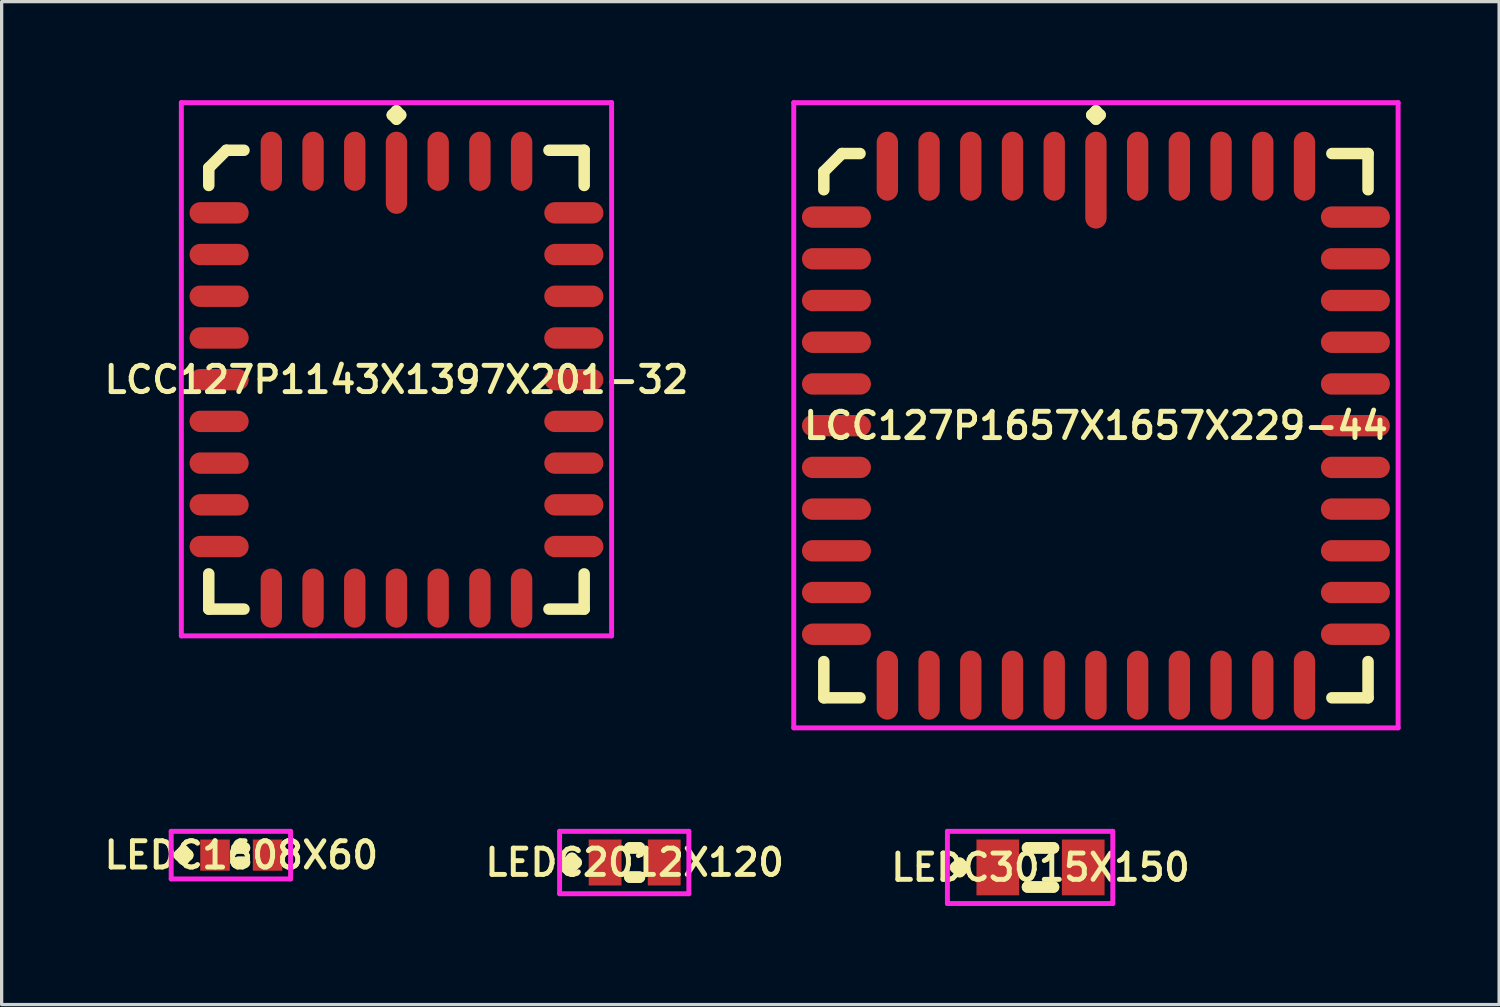
<source format=kicad_pcb>
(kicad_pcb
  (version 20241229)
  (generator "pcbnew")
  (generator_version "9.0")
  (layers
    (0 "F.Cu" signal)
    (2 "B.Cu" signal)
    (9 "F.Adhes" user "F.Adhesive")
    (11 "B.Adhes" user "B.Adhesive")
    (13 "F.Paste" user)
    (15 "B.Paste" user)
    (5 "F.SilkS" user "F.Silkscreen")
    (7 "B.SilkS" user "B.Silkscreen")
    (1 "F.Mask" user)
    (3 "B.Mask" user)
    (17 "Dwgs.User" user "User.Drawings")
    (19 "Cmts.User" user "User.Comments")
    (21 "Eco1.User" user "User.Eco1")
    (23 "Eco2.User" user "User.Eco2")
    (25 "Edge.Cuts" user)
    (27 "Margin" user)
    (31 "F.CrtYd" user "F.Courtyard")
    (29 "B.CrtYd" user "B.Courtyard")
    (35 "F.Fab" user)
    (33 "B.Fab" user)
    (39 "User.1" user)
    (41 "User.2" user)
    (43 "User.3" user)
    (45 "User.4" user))
  (footprint "LCC127P1143X1397X201-32"
    (layer "F.Cu")
    (at 9.021 8.51)
    (property "Reference" "LCC127P1143X1397X201-32" (at 0 0 0) (layer "F.SilkS") (effects (font (size 0.8 0.8) (thickness 0.15))))
    (attr smd)
    (fp_line (start -5.715 -6.449) (end -5.179 -6.985) (stroke (width 0.35) (type solid)) (layer "F.SilkS"))
    (fp_line (start -5.715 -5.913) (end -5.715 -6.449) (stroke (width 0.35) (type solid)) (layer "F.SilkS"))
    (fp_line (start -5.715 5.913) (end -5.715 6.985) (stroke (width 0.35) (type solid)) (layer "F.SilkS"))
    (fp_line (start -5.715 6.985) (end -4.643 6.985) (stroke (width 0.35) (type solid)) (layer "F.SilkS"))
    (fp_line (start -5.179 -6.985) (end -4.643 -6.985) (stroke (width 0.35) (type solid)) (layer "F.SilkS"))
    (fp_line (start -0.127 -8.058) (end 0 -8.185) (stroke (width 0.35) (type solid)) (layer "F.SilkS"))
    (fp_line (start 0 -8.185) (end 0.127 -8.058) (stroke (width 0.35) (type solid)) (layer "F.SilkS"))
    (fp_line (start 0 -7.931) (end -0.127 -8.058) (stroke (width 0.35) (type solid)) (layer "F.SilkS"))
    (fp_line (start 0.127 -8.058) (end 0 -7.931) (stroke (width 0.35) (type solid)) (layer "F.SilkS"))
    (fp_line (start 5.715 -6.985) (end 4.643 -6.985) (stroke (width 0.35) (type solid)) (layer "F.SilkS"))
    (fp_line (start 5.715 -5.913) (end 5.715 -6.985) (stroke (width 0.35) (type solid)) (layer "F.SilkS"))
    (fp_line (start 5.715 5.913) (end 5.715 6.985) (stroke (width 0.35) (type solid)) (layer "F.SilkS"))
    (fp_line (start 5.715 6.985) (end 4.643 6.985) (stroke (width 0.35) (type solid)) (layer "F.SilkS"))
    (fp_line (start -6.55 -8.435) (end 6.55 -8.435) (stroke (width 0.15) (type solid)) (layer "F.CrtYd"))
    (fp_line (start -6.55 7.8) (end -6.55 -8.435) (stroke (width 0.15) (type solid)) (layer "F.CrtYd"))
    (fp_line (start 6.55 -8.435) (end 6.55 7.8) (stroke (width 0.15) (type solid)) (layer "F.CrtYd"))
    (fp_line (start 6.55 7.8) (end -6.55 7.8) (stroke (width 0.15) (type solid)) (layer "F.CrtYd"))
    (pad "1" smd oval (at 0 -6.3) (size 0.65 2.5) (layers "F.Cu" "F.Mask" "F.Paste"))
    (pad "2" smd oval (at -1.27 -6.65) (size 0.65 1.8) (layers "F.Cu" "F.Mask" "F.Paste"))
    (pad "3" smd oval (at -2.54 -6.65) (size 0.65 1.8) (layers "F.Cu" "F.Mask" "F.Paste"))
    (pad "4" smd oval (at -3.81 -6.65) (size 0.65 1.8) (layers "F.Cu" "F.Mask" "F.Paste"))
    (pad "5" smd oval (at -5.4 -5.08) (size 1.8 0.65) (layers "F.Cu" "F.Mask" "F.Paste"))
    (pad "6" smd oval (at -5.4 -3.81) (size 1.8 0.65) (layers "F.Cu" "F.Mask" "F.Paste"))
    (pad "7" smd oval (at -5.4 -2.54) (size 1.8 0.65) (layers "F.Cu" "F.Mask" "F.Paste"))
    (pad "8" smd oval (at -5.4 -1.27) (size 1.8 0.65) (layers "F.Cu" "F.Mask" "F.Paste"))
    (pad "9" smd oval (at -5.4 0) (size 1.8 0.65) (layers "F.Cu" "F.Mask" "F.Paste"))
    (pad "10" smd oval (at -5.4 1.27) (size 1.8 0.65) (layers "F.Cu" "F.Mask" "F.Paste"))
    (pad "11" smd oval (at -5.4 2.54) (size 1.8 0.65) (layers "F.Cu" "F.Mask" "F.Paste"))
    (pad "12" smd oval (at -5.4 3.81) (size 1.8 0.65) (layers "F.Cu" "F.Mask" "F.Paste"))
    (pad "13" smd oval (at -5.4 5.08) (size 1.8 0.65) (layers "F.Cu" "F.Mask" "F.Paste"))
    (pad "14" smd oval (at -3.81 6.65) (size 0.65 1.8) (layers "F.Cu" "F.Mask" "F.Paste"))
    (pad "15" smd oval (at -2.54 6.65) (size 0.65 1.8) (layers "F.Cu" "F.Mask" "F.Paste"))
    (pad "16" smd oval (at -1.27 6.65) (size 0.65 1.8) (layers "F.Cu" "F.Mask" "F.Paste"))
    (pad "17" smd oval (at 0 6.65) (size 0.65 1.8) (layers "F.Cu" "F.Mask" "F.Paste"))
    (pad "18" smd oval (at 1.27 6.65) (size 0.65 1.8) (layers "F.Cu" "F.Mask" "F.Paste"))
    (pad "19" smd oval (at 2.54 6.65) (size 0.65 1.8) (layers "F.Cu" "F.Mask" "F.Paste"))
    (pad "20" smd oval (at 3.81 6.65) (size 0.65 1.8) (layers "F.Cu" "F.Mask" "F.Paste"))
    (pad "21" smd oval (at 5.4 5.08) (size 1.8 0.65) (layers "F.Cu" "F.Mask" "F.Paste"))
    (pad "22" smd oval (at 5.4 3.81) (size 1.8 0.65) (layers "F.Cu" "F.Mask" "F.Paste"))
    (pad "23" smd oval (at 5.4 2.54) (size 1.8 0.65) (layers "F.Cu" "F.Mask" "F.Paste"))
    (pad "24" smd oval (at 5.4 1.27) (size 1.8 0.65) (layers "F.Cu" "F.Mask" "F.Paste"))
    (pad "25" smd oval (at 5.4 0) (size 1.8 0.65) (layers "F.Cu" "F.Mask" "F.Paste"))
    (pad "26" smd oval (at 5.4 -1.27) (size 1.8 0.65) (layers "F.Cu" "F.Mask" "F.Paste"))
    (pad "27" smd oval (at 5.4 -2.54) (size 1.8 0.65) (layers "F.Cu" "F.Mask" "F.Paste"))
    (pad "28" smd oval (at 5.4 -3.81) (size 1.8 0.65) (layers "F.Cu" "F.Mask" "F.Paste"))
    (pad "29" smd oval (at 5.4 -5.08) (size 1.8 0.65) (layers "F.Cu" "F.Mask" "F.Paste"))
    (pad "30" smd oval (at 3.81 -6.65) (size 0.65 1.8) (layers "F.Cu" "F.Mask" "F.Paste"))
    (pad "31" smd oval (at 2.54 -6.65) (size 0.65 1.8) (layers "F.Cu" "F.Mask" "F.Paste"))
    (pad "32" smd oval (at 1.27 -6.65) (size 0.65 1.8) (layers "F.Cu" "F.Mask" "F.Paste")))
  (footprint "LEDC1608X60"
    (layer "F.Cu")
    (at 4.297 22.985)
    (property "Reference" "LEDC1608X60" (at 0 0 0) (layer "F.SilkS") (effects (font (size 0.8 0.8) (thickness 0.15))))
    (attr through_hole)
    (fp_line (start -1.885 0) (end -1.758 -0.127) (stroke (width 0.35) (type solid)) (layer "F.SilkS"))
    (fp_line (start -1.758 -0.127) (end -1.631 0) (stroke (width 0.35) (type solid)) (layer "F.SilkS"))
    (fp_line (start -1.758 0.127) (end -1.885 0) (stroke (width 0.35) (type solid)) (layer "F.SilkS"))
    (fp_line (start -1.631 0) (end -1.758 0.127) (stroke (width 0.35) (type solid)) (layer "F.SilkS"))
    (fp_line (start -0.096 -0.221) (end 0.096 -0.221) (stroke (width 0.35) (type solid)) (layer "F.SilkS"))
    (fp_line (start -0.096 0.221) (end 0.096 0.221) (stroke (width 0.35) (type solid)) (layer "F.SilkS"))
    (fp_line (start 0.096 -0.221) (end -0.096 -0.221) (stroke (width 0.35) (type solid)) (layer "F.SilkS"))
    (fp_line (start 0.096 0.221) (end -0.096 0.221) (stroke (width 0.35) (type solid)) (layer "F.SilkS"))
    (fp_line (start -2.135 -0.725) (end 1.5 -0.725) (stroke (width 0.15) (type solid)) (layer "F.CrtYd"))
    (fp_line (start -2.135 0.725) (end -2.135 -0.725) (stroke (width 0.15) (type solid)) (layer "F.CrtYd"))
    (fp_line (start 1.5 -0.725) (end 1.5 0.725) (stroke (width 0.15) (type solid)) (layer "F.CrtYd"))
    (fp_line (start 1.5 0.725) (end -2.135 0.725) (stroke (width 0.15) (type solid)) (layer "F.CrtYd"))
    (pad "1" smd rect (at -0.8 0) (size 0.9 0.95) (layers "F.Cu" "F.Mask" "F.Paste"))
    (pad "2" smd rect (at 0.8 0) (size 0.9 0.95) (layers "F.Cu" "F.Mask" "F.Paste")))
  (footprint "LEDC3015X150"
    (layer "F.Cu")
    (at 28.63 23.36)
    (property "Reference" "LEDC3015X150" (at 0 0 0) (layer "F.SilkS") (effects (font (size 0.8 0.8) (thickness 0.15))))
    (attr smd)
    (fp_line (start -2.585 0) (end -2.458 -0.127) (stroke (width 0.35) (type solid)) (layer "F.SilkS"))
    (fp_line (start -2.458 -0.127) (end -2.331 0) (stroke (width 0.35) (type solid)) (layer "F.SilkS"))
    (fp_line (start -2.458 0.127) (end -2.585 0) (stroke (width 0.35) (type solid)) (layer "F.SilkS"))
    (fp_line (start -2.331 0) (end -2.458 0.127) (stroke (width 0.35) (type solid)) (layer "F.SilkS"))
    (fp_line (start -0.396 -0.596) (end 0.396 -0.596) (stroke (width 0.35) (type solid)) (layer "F.SilkS"))
    (fp_line (start -0.396 0.596) (end 0.396 0.596) (stroke (width 0.35) (type solid)) (layer "F.SilkS"))
    (fp_line (start 0.396 -0.596) (end -0.396 -0.596) (stroke (width 0.35) (type solid)) (layer "F.SilkS"))
    (fp_line (start 0.396 0.596) (end -0.396 0.596) (stroke (width 0.35) (type solid)) (layer "F.SilkS"))
    (fp_line (start -2.835 -1.1) (end 2.2 -1.1) (stroke (width 0.15) (type solid)) (layer "F.CrtYd"))
    (fp_line (start -2.835 1.1) (end -2.835 -1.1) (stroke (width 0.15) (type solid)) (layer "F.CrtYd"))
    (fp_line (start 2.2 -1.1) (end 2.2 1.1) (stroke (width 0.15) (type solid)) (layer "F.CrtYd"))
    (fp_line (start 2.2 1.1) (end -2.835 1.1) (stroke (width 0.15) (type solid)) (layer "F.CrtYd"))
    (pad "1" smd rect (at -1.3 0) (size 1.3 1.7) (layers "F.Cu" "F.Mask" "F.Paste"))
    (pad "2" smd rect (at 1.3 0) (size 1.3 1.7) (layers "F.Cu" "F.Mask" "F.Paste")))
  (footprint "LCC127P1657X1657X229-44"
    (layer "F.Cu")
    (at 30.317 9.91)
    (property "Reference" "LCC127P1657X1657X229-44" (at 0 0 0) (layer "F.SilkS") (effects (font (size 0.8 0.8) (thickness 0.15))))
    (attr through_hole)
    (fp_line (start -8.285 -7.734) (end -7.734 -8.285) (stroke (width 0.35) (type solid)) (layer "F.SilkS"))
    (fp_line (start -8.285 -7.183) (end -8.285 -7.734) (stroke (width 0.35) (type solid)) (layer "F.SilkS"))
    (fp_line (start -8.285 7.183) (end -8.285 8.285) (stroke (width 0.35) (type solid)) (layer "F.SilkS"))
    (fp_line (start -8.285 8.285) (end -7.183 8.285) (stroke (width 0.35) (type solid)) (layer "F.SilkS"))
    (fp_line (start -7.734 -8.285) (end -7.183 -8.285) (stroke (width 0.35) (type solid)) (layer "F.SilkS"))
    (fp_line (start -0.127 -9.458) (end 0 -9.585) (stroke (width 0.35) (type solid)) (layer "F.SilkS"))
    (fp_line (start 0 -9.585) (end 0.127 -9.458) (stroke (width 0.35) (type solid)) (layer "F.SilkS"))
    (fp_line (start 0 -9.331) (end -0.127 -9.458) (stroke (width 0.35) (type solid)) (layer "F.SilkS"))
    (fp_line (start 0.127 -9.458) (end 0 -9.331) (stroke (width 0.35) (type solid)) (layer "F.SilkS"))
    (fp_line (start 8.285 -8.285) (end 7.183 -8.285) (stroke (width 0.35) (type solid)) (layer "F.SilkS"))
    (fp_line (start 8.285 -7.183) (end 8.285 -8.285) (stroke (width 0.35) (type solid)) (layer "F.SilkS"))
    (fp_line (start 8.285 7.183) (end 8.285 8.285) (stroke (width 0.35) (type solid)) (layer "F.SilkS"))
    (fp_line (start 8.285 8.285) (end 7.183 8.285) (stroke (width 0.35) (type solid)) (layer "F.SilkS"))
    (fp_line (start -9.2 -9.835) (end 9.2 -9.835) (stroke (width 0.15) (type solid)) (layer "F.CrtYd"))
    (fp_line (start -9.2 9.2) (end -9.2 -9.835) (stroke (width 0.15) (type solid)) (layer "F.CrtYd"))
    (fp_line (start 9.2 -9.835) (end 9.2 9.2) (stroke (width 0.15) (type solid)) (layer "F.CrtYd"))
    (fp_line (start 9.2 9.2) (end -9.2 9.2) (stroke (width 0.15) (type solid)) (layer "F.CrtYd"))
    (pad "1" smd oval (at 0 -7.475) (size 0.65 2.95) (layers "F.Cu" "F.Mask" "F.Paste"))
    (pad "2" smd oval (at -1.27 -7.9) (size 0.65 2.1) (layers "F.Cu" "F.Mask" "F.Paste"))
    (pad "3" smd oval (at -2.54 -7.9) (size 0.65 2.1) (layers "F.Cu" "F.Mask" "F.Paste"))
    (pad "4" smd oval (at -3.81 -7.9) (size 0.65 2.1) (layers "F.Cu" "F.Mask" "F.Paste"))
    (pad "5" smd oval (at -5.08 -7.9) (size 0.65 2.1) (layers "F.Cu" "F.Mask" "F.Paste"))
    (pad "6" smd oval (at -6.35 -7.9) (size 0.65 2.1) (layers "F.Cu" "F.Mask" "F.Paste"))
    (pad "7" smd oval (at -7.9 -6.35) (size 2.1 0.65) (layers "F.Cu" "F.Mask" "F.Paste"))
    (pad "8" smd oval (at -7.9 -5.08) (size 2.1 0.65) (layers "F.Cu" "F.Mask" "F.Paste"))
    (pad "9" smd oval (at -7.9 -3.81) (size 2.1 0.65) (layers "F.Cu" "F.Mask" "F.Paste"))
    (pad "10" smd oval (at -7.9 -2.54) (size 2.1 0.65) (layers "F.Cu" "F.Mask" "F.Paste"))
    (pad "11" smd oval (at -7.9 -1.27) (size 2.1 0.65) (layers "F.Cu" "F.Mask" "F.Paste"))
    (pad "12" smd oval (at -7.9 0) (size 2.1 0.65) (layers "F.Cu" "F.Mask" "F.Paste"))
    (pad "13" smd oval (at -7.9 1.27) (size 2.1 0.65) (layers "F.Cu" "F.Mask" "F.Paste"))
    (pad "14" smd oval (at -7.9 2.54) (size 2.1 0.65) (layers "F.Cu" "F.Mask" "F.Paste"))
    (pad "15" smd oval (at -7.9 3.81) (size 2.1 0.65) (layers "F.Cu" "F.Mask" "F.Paste"))
    (pad "16" smd oval (at -7.9 5.08) (size 2.1 0.65) (layers "F.Cu" "F.Mask" "F.Paste"))
    (pad "17" smd oval (at -7.9 6.35) (size 2.1 0.65) (layers "F.Cu" "F.Mask" "F.Paste"))
    (pad "18" smd oval (at -6.35 7.9) (size 0.65 2.1) (layers "F.Cu" "F.Mask" "F.Paste"))
    (pad "19" smd oval (at -5.08 7.9) (size 0.65 2.1) (layers "F.Cu" "F.Mask" "F.Paste"))
    (pad "20" smd oval (at -3.81 7.9) (size 0.65 2.1) (layers "F.Cu" "F.Mask" "F.Paste"))
    (pad "21" smd oval (at -2.54 7.9) (size 0.65 2.1) (layers "F.Cu" "F.Mask" "F.Paste"))
    (pad "22" smd oval (at -1.27 7.9) (size 0.65 2.1) (layers "F.Cu" "F.Mask" "F.Paste"))
    (pad "23" smd oval (at 0 7.9) (size 0.65 2.1) (layers "F.Cu" "F.Mask" "F.Paste"))
    (pad "24" smd oval (at 1.27 7.9) (size 0.65 2.1) (layers "F.Cu" "F.Mask" "F.Paste"))
    (pad "25" smd oval (at 2.54 7.9) (size 0.65 2.1) (layers "F.Cu" "F.Mask" "F.Paste"))
    (pad "26" smd oval (at 3.81 7.9) (size 0.65 2.1) (layers "F.Cu" "F.Mask" "F.Paste"))
    (pad "27" smd oval (at 5.08 7.9) (size 0.65 2.1) (layers "F.Cu" "F.Mask" "F.Paste"))
    (pad "28" smd oval (at 6.35 7.9) (size 0.65 2.1) (layers "F.Cu" "F.Mask" "F.Paste"))
    (pad "29" smd oval (at 7.9 6.35) (size 2.1 0.65) (layers "F.Cu" "F.Mask" "F.Paste"))
    (pad "30" smd oval (at 7.9 5.08) (size 2.1 0.65) (layers "F.Cu" "F.Mask" "F.Paste"))
    (pad "31" smd oval (at 7.9 3.81) (size 2.1 0.65) (layers "F.Cu" "F.Mask" "F.Paste"))
    (pad "32" smd oval (at 7.9 2.54) (size 2.1 0.65) (layers "F.Cu" "F.Mask" "F.Paste"))
    (pad "33" smd oval (at 7.9 1.27) (size 2.1 0.65) (layers "F.Cu" "F.Mask" "F.Paste"))
    (pad "34" smd oval (at 7.9 0) (size 2.1 0.65) (layers "F.Cu" "F.Mask" "F.Paste"))
    (pad "35" smd oval (at 7.9 -1.27) (size 2.1 0.65) (layers "F.Cu" "F.Mask" "F.Paste"))
    (pad "36" smd oval (at 7.9 -2.54) (size 2.1 0.65) (layers "F.Cu" "F.Mask" "F.Paste"))
    (pad "37" smd oval (at 7.9 -3.81) (size 2.1 0.65) (layers "F.Cu" "F.Mask" "F.Paste"))
    (pad "38" smd oval (at 7.9 -5.08) (size 2.1 0.65) (layers "F.Cu" "F.Mask" "F.Paste"))
    (pad "39" smd oval (at 7.9 -6.35) (size 2.1 0.65) (layers "F.Cu" "F.Mask" "F.Paste"))
    (pad "40" smd oval (at 6.35 -7.9) (size 0.65 2.1) (layers "F.Cu" "F.Mask" "F.Paste"))
    (pad "41" smd oval (at 5.08 -7.9) (size 0.65 2.1) (layers "F.Cu" "F.Mask" "F.Paste"))
    (pad "42" smd oval (at 3.81 -7.9) (size 0.65 2.1) (layers "F.Cu" "F.Mask" "F.Paste"))
    (pad "43" smd oval (at 2.54 -7.9) (size 0.65 2.1) (layers "F.Cu" "F.Mask" "F.Paste"))
    (pad "44" smd oval (at 1.27 -7.9) (size 0.65 2.1) (layers "F.Cu" "F.Mask" "F.Paste")))
  (footprint "LEDC2012X120"
    (layer "F.Cu")
    (at 16.273 23.21)
    (property "Reference" "LEDC2012X120" (at 0 0 0) (layer "F.SilkS") (effects (font (size 0.8 0.8) (thickness 0.15))))
    (attr smd)
    (fp_line (start -2.035 0) (end -1.908 -0.127) (stroke (width 0.35) (type solid)) (layer "F.SilkS"))
    (fp_line (start -1.908 -0.127) (end -1.781 0) (stroke (width 0.35) (type solid)) (layer "F.SilkS"))
    (fp_line (start -1.908 0.127) (end -2.035 0) (stroke (width 0.35) (type solid)) (layer "F.SilkS"))
    (fp_line (start -1.781 0) (end -1.908 0.127) (stroke (width 0.35) (type solid)) (layer "F.SilkS"))
    (fp_line (start -0.146 -0.446) (end 0.146 -0.446) (stroke (width 0.35) (type solid)) (layer "F.SilkS"))
    (fp_line (start -0.146 0.446) (end 0.146 0.446) (stroke (width 0.35) (type solid)) (layer "F.SilkS"))
    (fp_line (start 0.146 -0.446) (end -0.146 -0.446) (stroke (width 0.35) (type solid)) (layer "F.SilkS"))
    (fp_line (start 0.146 0.446) (end -0.146 0.446) (stroke (width 0.35) (type solid)) (layer "F.SilkS"))
    (fp_line (start -2.285 -0.95) (end 1.65 -0.95) (stroke (width 0.15) (type solid)) (layer "F.CrtYd"))
    (fp_line (start -2.285 0.95) (end -2.285 -0.95) (stroke (width 0.15) (type solid)) (layer "F.CrtYd"))
    (fp_line (start 1.65 -0.95) (end 1.65 0.95) (stroke (width 0.15) (type solid)) (layer "F.CrtYd"))
    (fp_line (start 1.65 0.95) (end -2.285 0.95) (stroke (width 0.15) (type solid)) (layer "F.CrtYd"))
    (pad "1" smd rect (at -0.9 0) (size 1 1.4) (layers "F.Cu" "F.Mask" "F.Paste"))
    (pad "2" smd rect (at 0.9 0) (size 1 1.4) (layers "F.Cu" "F.Mask" "F.Paste")))
  (gr_rect
    (start -3 -3)
    (end 42.592 27.535)
    (stroke (width 0.1) (type default))
    (fill no)
    (layer "Edge.Cuts")))
</source>
